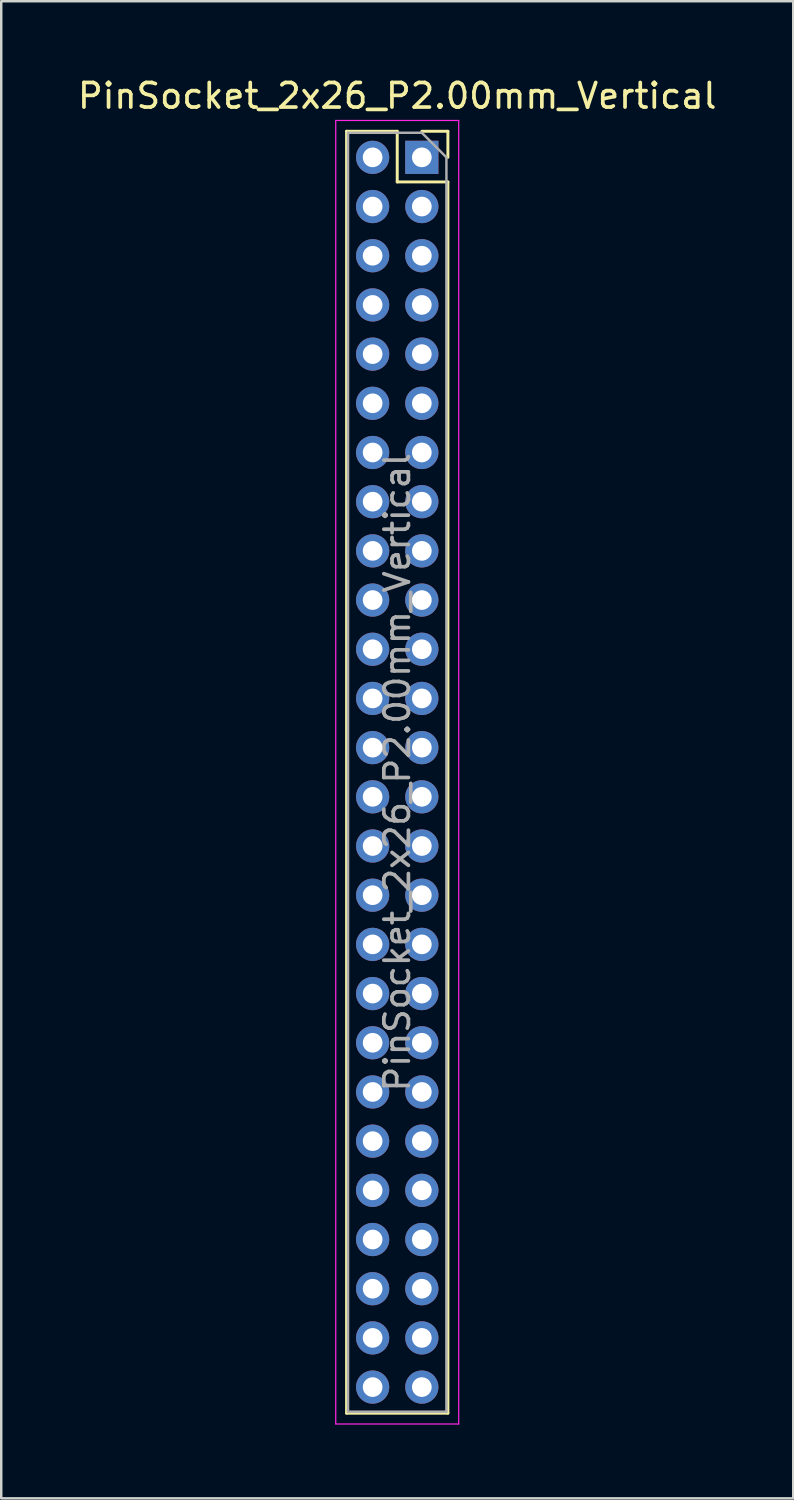
<source format=kicad_pcb>
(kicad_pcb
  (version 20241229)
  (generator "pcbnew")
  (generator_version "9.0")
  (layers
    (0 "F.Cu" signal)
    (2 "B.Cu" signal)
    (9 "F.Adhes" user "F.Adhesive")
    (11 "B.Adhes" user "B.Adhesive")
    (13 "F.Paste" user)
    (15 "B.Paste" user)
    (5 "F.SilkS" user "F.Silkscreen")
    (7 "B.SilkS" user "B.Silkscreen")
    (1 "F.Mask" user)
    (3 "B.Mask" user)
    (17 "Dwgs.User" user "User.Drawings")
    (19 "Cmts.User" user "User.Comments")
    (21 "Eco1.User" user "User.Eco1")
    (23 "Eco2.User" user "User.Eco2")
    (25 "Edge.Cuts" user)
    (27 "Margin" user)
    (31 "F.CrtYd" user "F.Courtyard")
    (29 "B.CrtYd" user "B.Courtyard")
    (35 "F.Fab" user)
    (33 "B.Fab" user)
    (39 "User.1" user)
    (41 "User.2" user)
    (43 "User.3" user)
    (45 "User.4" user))
  (footprint "PinSocket_2x26_P2.00mm_Vertical"
    (layer "F.Cu")
    (at 14.101 3.348)
    (property "Reference" "PinSocket_2x26_P2.00mm_Vertical" (at -1 -2.5 0) (layer "F.SilkS") (effects (font (size 1 1) (thickness 0.15))))
    (attr through_hole)
    (fp_line (start -3.06 -1.06) (end -3.06 51.06) (stroke (width 0.12) (type solid)) (layer "F.SilkS"))
    (fp_line (start -3.06 -1.06) (end -1 -1.06) (stroke (width 0.12) (type solid)) (layer "F.SilkS"))
    (fp_line (start -3.06 51.06) (end 1.06 51.06) (stroke (width 0.12) (type solid)) (layer "F.SilkS"))
    (fp_line (start -1 -1.06) (end -1 1) (stroke (width 0.12) (type solid)) (layer "F.SilkS"))
    (fp_line (start -1 1) (end 1.06 1) (stroke (width 0.12) (type solid)) (layer "F.SilkS"))
    (fp_line (start 0 -1.06) (end 1.06 -1.06) (stroke (width 0.12) (type solid)) (layer "F.SilkS"))
    (fp_line (start 1.06 -1.06) (end 1.06 0) (stroke (width 0.12) (type solid)) (layer "F.SilkS"))
    (fp_line (start 1.06 1) (end 1.06 51.06) (stroke (width 0.12) (type solid)) (layer "F.SilkS"))
    (fp_line (start -3.5 -1.5) (end 1.5 -1.5) (stroke (width 0.05) (type solid)) (layer "F.CrtYd"))
    (fp_line (start -3.5 51.5) (end -3.5 -1.5) (stroke (width 0.05) (type solid)) (layer "F.CrtYd"))
    (fp_line (start 1.5 -1.5) (end 1.5 51.5) (stroke (width 0.05) (type solid)) (layer "F.CrtYd"))
    (fp_line (start 1.5 51.5) (end -3.5 51.5) (stroke (width 0.05) (type solid)) (layer "F.CrtYd"))
    (fp_line (start -3 -1) (end 0 -1) (stroke (width 0.1) (type solid)) (layer "F.Fab"))
    (fp_line (start -3 51) (end -3 -1) (stroke (width 0.1) (type solid)) (layer "F.Fab"))
    (fp_line (start 0 -1) (end 1 0) (stroke (width 0.1) (type solid)) (layer "F.Fab"))
    (fp_line (start 1 0) (end 1 51) (stroke (width 0.1) (type solid)) (layer "F.Fab"))
    (fp_line (start 1 51) (end -3 51) (stroke (width 0.1) (type solid)) (layer "F.Fab"))
    (fp_text user "${REFERENCE}" (at -1 25 90) (layer "F.Fab") (effects (font (size 1 1) (thickness 0.15))))
    (pad "1" thru_hole rect (at 0 0) (size 1.35 1.35) (drill 0.8) (layers "*.Cu" "*.Mask"))
    (pad "2" thru_hole circle (at -2 0) (size 1.35 1.35) (drill 0.8) (layers "*.Cu" "*.Mask"))
    (pad "3" thru_hole circle (at 0 2) (size 1.35 1.35) (drill 0.8) (layers "*.Cu" "*.Mask"))
    (pad "4" thru_hole circle (at -2 2) (size 1.35 1.35) (drill 0.8) (layers "*.Cu" "*.Mask"))
    (pad "5" thru_hole circle (at 0 4) (size 1.35 1.35) (drill 0.8) (layers "*.Cu" "*.Mask"))
    (pad "6" thru_hole circle (at -2 4) (size 1.35 1.35) (drill 0.8) (layers "*.Cu" "*.Mask"))
    (pad "7" thru_hole circle (at 0 6) (size 1.35 1.35) (drill 0.8) (layers "*.Cu" "*.Mask"))
    (pad "8" thru_hole circle (at -2 6) (size 1.35 1.35) (drill 0.8) (layers "*.Cu" "*.Mask"))
    (pad "9" thru_hole circle (at 0 8) (size 1.35 1.35) (drill 0.8) (layers "*.Cu" "*.Mask"))
    (pad "10" thru_hole circle (at -2 8) (size 1.35 1.35) (drill 0.8) (layers "*.Cu" "*.Mask"))
    (pad "11" thru_hole circle (at 0 10) (size 1.35 1.35) (drill 0.8) (layers "*.Cu" "*.Mask"))
    (pad "12" thru_hole circle (at -2 10) (size 1.35 1.35) (drill 0.8) (layers "*.Cu" "*.Mask"))
    (pad "13" thru_hole circle (at 0 12) (size 1.35 1.35) (drill 0.8) (layers "*.Cu" "*.Mask"))
    (pad "14" thru_hole circle (at -2 12) (size 1.35 1.35) (drill 0.8) (layers "*.Cu" "*.Mask"))
    (pad "15" thru_hole circle (at 0 14) (size 1.35 1.35) (drill 0.8) (layers "*.Cu" "*.Mask"))
    (pad "16" thru_hole circle (at -2 14) (size 1.35 1.35) (drill 0.8) (layers "*.Cu" "*.Mask"))
    (pad "17" thru_hole circle (at 0 16) (size 1.35 1.35) (drill 0.8) (layers "*.Cu" "*.Mask"))
    (pad "18" thru_hole circle (at -2 16) (size 1.35 1.35) (drill 0.8) (layers "*.Cu" "*.Mask"))
    (pad "19" thru_hole circle (at 0 18) (size 1.35 1.35) (drill 0.8) (layers "*.Cu" "*.Mask"))
    (pad "20" thru_hole circle (at -2 18) (size 1.35 1.35) (drill 0.8) (layers "*.Cu" "*.Mask"))
    (pad "21" thru_hole circle (at 0 20) (size 1.35 1.35) (drill 0.8) (layers "*.Cu" "*.Mask"))
    (pad "22" thru_hole circle (at -2 20) (size 1.35 1.35) (drill 0.8) (layers "*.Cu" "*.Mask"))
    (pad "23" thru_hole circle (at 0 22) (size 1.35 1.35) (drill 0.8) (layers "*.Cu" "*.Mask"))
    (pad "24" thru_hole circle (at -2 22) (size 1.35 1.35) (drill 0.8) (layers "*.Cu" "*.Mask"))
    (pad "25" thru_hole circle (at 0 24) (size 1.35 1.35) (drill 0.8) (layers "*.Cu" "*.Mask"))
    (pad "26" thru_hole circle (at -2 24) (size 1.35 1.35) (drill 0.8) (layers "*.Cu" "*.Mask"))
    (pad "27" thru_hole circle (at 0 26) (size 1.35 1.35) (drill 0.8) (layers "*.Cu" "*.Mask"))
    (pad "28" thru_hole circle (at -2 26) (size 1.35 1.35) (drill 0.8) (layers "*.Cu" "*.Mask"))
    (pad "29" thru_hole circle (at 0 28) (size 1.35 1.35) (drill 0.8) (layers "*.Cu" "*.Mask"))
    (pad "30" thru_hole circle (at -2 28) (size 1.35 1.35) (drill 0.8) (layers "*.Cu" "*.Mask"))
    (pad "31" thru_hole circle (at 0 30) (size 1.35 1.35) (drill 0.8) (layers "*.Cu" "*.Mask"))
    (pad "32" thru_hole circle (at -2 30) (size 1.35 1.35) (drill 0.8) (layers "*.Cu" "*.Mask"))
    (pad "33" thru_hole circle (at 0 32) (size 1.35 1.35) (drill 0.8) (layers "*.Cu" "*.Mask"))
    (pad "34" thru_hole circle (at -2 32) (size 1.35 1.35) (drill 0.8) (layers "*.Cu" "*.Mask"))
    (pad "35" thru_hole circle (at 0 34) (size 1.35 1.35) (drill 0.8) (layers "*.Cu" "*.Mask"))
    (pad "36" thru_hole circle (at -2 34) (size 1.35 1.35) (drill 0.8) (layers "*.Cu" "*.Mask"))
    (pad "37" thru_hole circle (at 0 36) (size 1.35 1.35) (drill 0.8) (layers "*.Cu" "*.Mask"))
    (pad "38" thru_hole circle (at -2 36) (size 1.35 1.35) (drill 0.8) (layers "*.Cu" "*.Mask"))
    (pad "39" thru_hole circle (at 0 38) (size 1.35 1.35) (drill 0.8) (layers "*.Cu" "*.Mask"))
    (pad "40" thru_hole circle (at -2 38) (size 1.35 1.35) (drill 0.8) (layers "*.Cu" "*.Mask"))
    (pad "41" thru_hole circle (at 0 40) (size 1.35 1.35) (drill 0.8) (layers "*.Cu" "*.Mask"))
    (pad "42" thru_hole circle (at -2 40) (size 1.35 1.35) (drill 0.8) (layers "*.Cu" "*.Mask"))
    (pad "43" thru_hole circle (at 0 42) (size 1.35 1.35) (drill 0.8) (layers "*.Cu" "*.Mask"))
    (pad "44" thru_hole circle (at -2 42) (size 1.35 1.35) (drill 0.8) (layers "*.Cu" "*.Mask"))
    (pad "45" thru_hole circle (at 0 44) (size 1.35 1.35) (drill 0.8) (layers "*.Cu" "*.Mask"))
    (pad "46" thru_hole circle (at -2 44) (size 1.35 1.35) (drill 0.8) (layers "*.Cu" "*.Mask"))
    (pad "47" thru_hole circle (at 0 46) (size 1.35 1.35) (drill 0.8) (layers "*.Cu" "*.Mask"))
    (pad "48" thru_hole circle (at -2 46) (size 1.35 1.35) (drill 0.8) (layers "*.Cu" "*.Mask"))
    (pad "49" thru_hole circle (at 0 48) (size 1.35 1.35) (drill 0.8) (layers "*.Cu" "*.Mask"))
    (pad "50" thru_hole circle (at -2 48) (size 1.35 1.35) (drill 0.8) (layers "*.Cu" "*.Mask"))
    (pad "51" thru_hole circle (at 0 50) (size 1.35 1.35) (drill 0.8) (layers "*.Cu" "*.Mask"))
    (pad "52" thru_hole circle (at -2 50) (size 1.35 1.35) (drill 0.8) (layers "*.Cu" "*.Mask")))
  (gr_rect
    (start -3 -3)
    (end 29.202 57.873)
    (stroke (width 0.1) (type default))
    (fill no)
    (layer "Edge.Cuts")))
</source>
